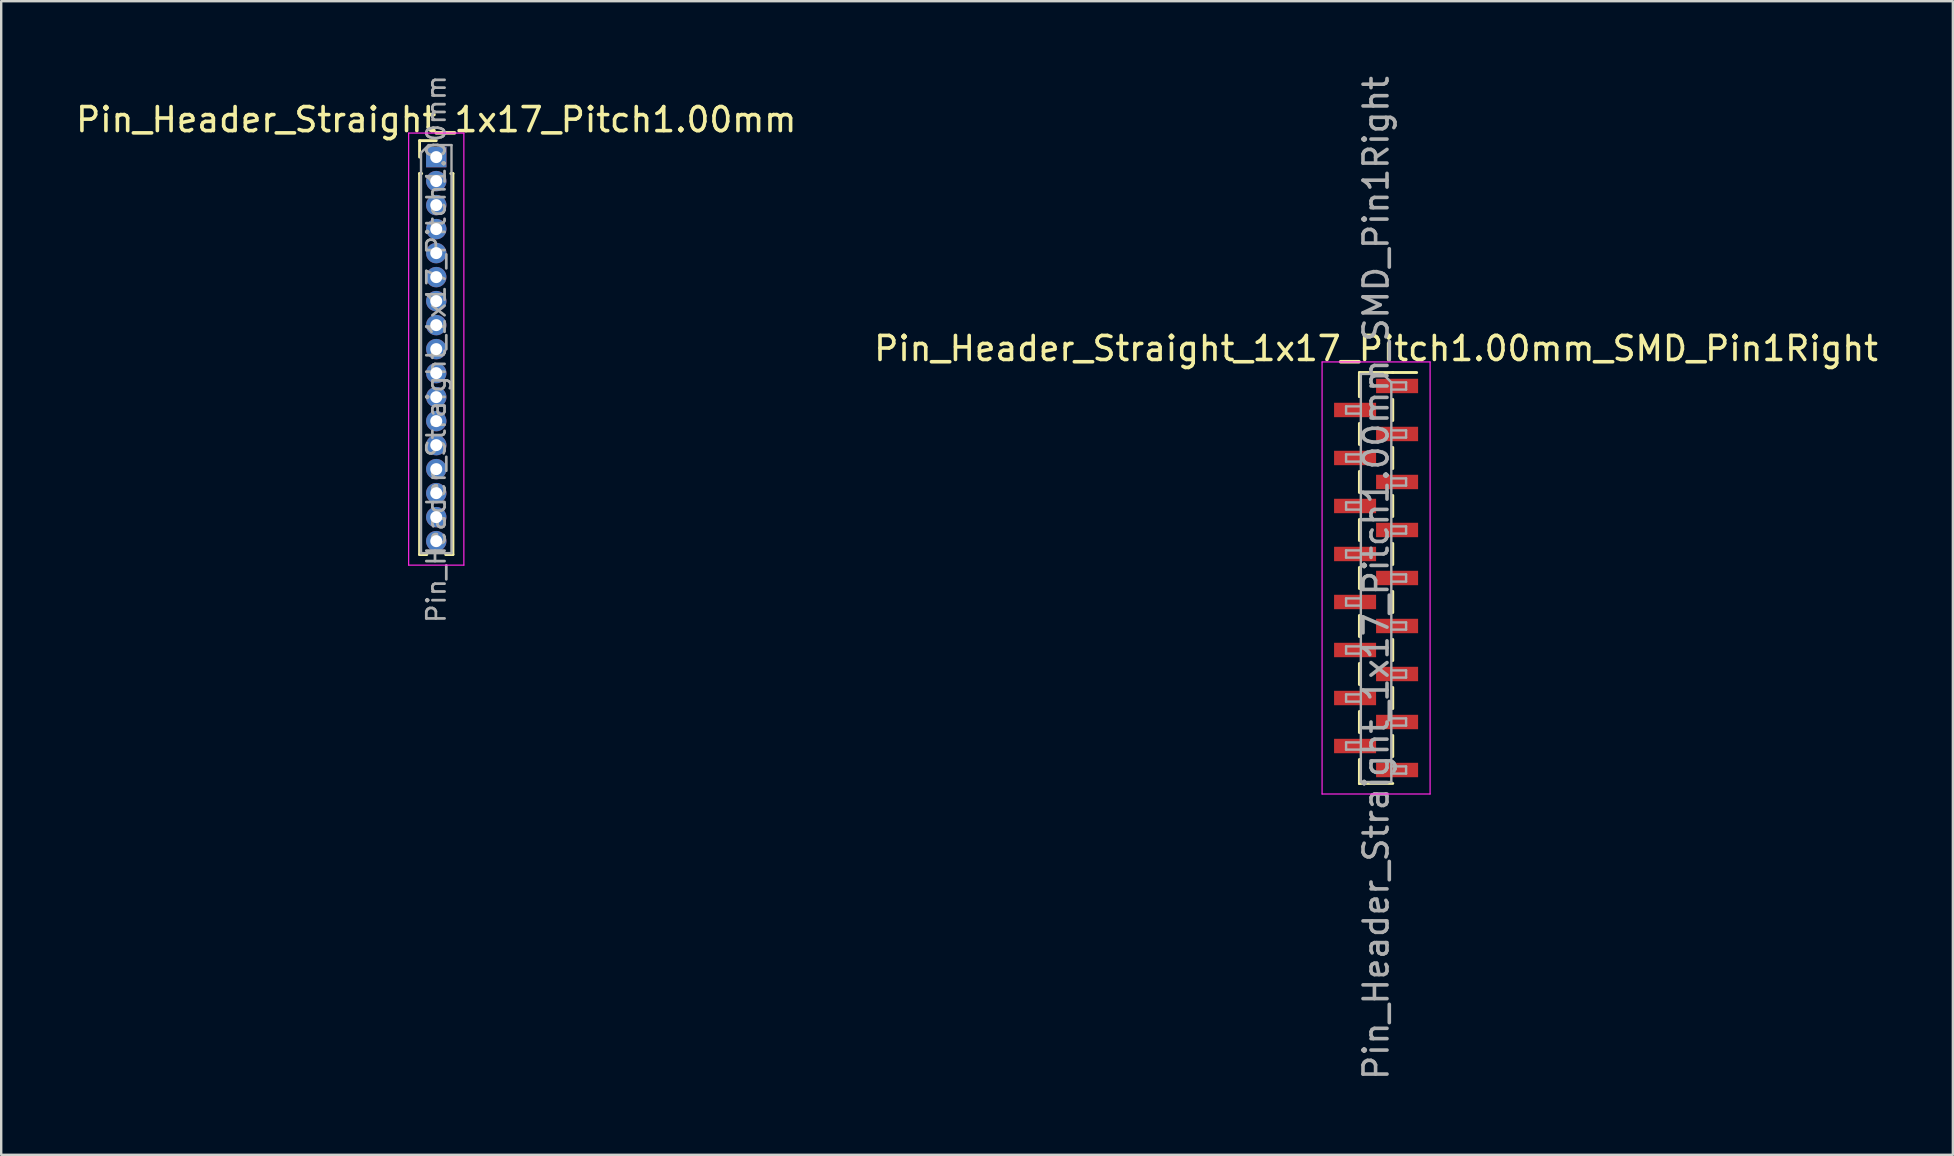
<source format=kicad_pcb>
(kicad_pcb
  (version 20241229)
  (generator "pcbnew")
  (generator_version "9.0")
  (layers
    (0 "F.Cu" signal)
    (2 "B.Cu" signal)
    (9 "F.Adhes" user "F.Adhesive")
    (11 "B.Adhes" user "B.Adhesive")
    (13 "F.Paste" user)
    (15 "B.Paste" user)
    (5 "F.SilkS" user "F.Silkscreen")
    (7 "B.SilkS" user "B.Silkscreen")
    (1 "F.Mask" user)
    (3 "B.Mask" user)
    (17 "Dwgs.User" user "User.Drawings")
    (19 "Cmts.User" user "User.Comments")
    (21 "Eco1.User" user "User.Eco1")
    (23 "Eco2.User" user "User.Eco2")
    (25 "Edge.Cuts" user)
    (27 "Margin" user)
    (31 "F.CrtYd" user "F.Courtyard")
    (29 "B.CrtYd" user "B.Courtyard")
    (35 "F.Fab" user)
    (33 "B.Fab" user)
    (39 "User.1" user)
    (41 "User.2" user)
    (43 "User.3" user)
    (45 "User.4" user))
  (footprint "Pin_Header_Straight_1x17_Pitch1.00mm"
    (layer "F.Cu")
    (at 15.125 3.495)
    (property "Reference" "Pin_Header_Straight_1x17_Pitch1.00mm" (at 0 -1.56 0) (layer "F.SilkS") (effects (font (size 1 1) (thickness 0.15))))
    (attr through_hole)
    (fp_line (start -0.695 -0.685) (end 0 -0.685) (stroke (width 0.12) (type solid)) (layer "F.SilkS"))
    (fp_line (start -0.695 0) (end -0.695 -0.685) (stroke (width 0.12) (type solid)) (layer "F.SilkS"))
    (fp_line (start -0.695 0.685) (end -0.695 16.56) (stroke (width 0.12) (type solid)) (layer "F.SilkS"))
    (fp_line (start -0.695 0.685) (end -0.608 0.685) (stroke (width 0.12) (type solid)) (layer "F.SilkS"))
    (fp_line (start -0.695 16.56) (end -0.394 16.56) (stroke (width 0.12) (type solid)) (layer "F.SilkS"))
    (fp_line (start 0.394 16.56) (end 0.695 16.56) (stroke (width 0.12) (type solid)) (layer "F.SilkS"))
    (fp_line (start 0.608 0.685) (end 0.695 0.685) (stroke (width 0.12) (type solid)) (layer "F.SilkS"))
    (fp_line (start 0.695 0.685) (end 0.695 16.56) (stroke (width 0.12) (type solid)) (layer "F.SilkS"))
    (fp_line (start -1.15 -1) (end -1.15 17) (stroke (width 0.05) (type solid)) (layer "F.CrtYd"))
    (fp_line (start -1.15 17) (end 1.15 17) (stroke (width 0.05) (type solid)) (layer "F.CrtYd"))
    (fp_line (start 1.15 -1) (end -1.15 -1) (stroke (width 0.05) (type solid)) (layer "F.CrtYd"))
    (fp_line (start 1.15 17) (end 1.15 -1) (stroke (width 0.05) (type solid)) (layer "F.CrtYd"))
    (fp_line (start -0.635 -0.182) (end -0.318 -0.5) (stroke (width 0.1) (type solid)) (layer "F.Fab"))
    (fp_line (start -0.635 16.5) (end -0.635 -0.182) (stroke (width 0.1) (type solid)) (layer "F.Fab"))
    (fp_line (start -0.318 -0.5) (end 0.635 -0.5) (stroke (width 0.1) (type solid)) (layer "F.Fab"))
    (fp_line (start 0.635 -0.5) (end 0.635 16.5) (stroke (width 0.1) (type solid)) (layer "F.Fab"))
    (fp_line (start 0.635 16.5) (end -0.635 16.5) (stroke (width 0.1) (type solid)) (layer "F.Fab"))
    (fp_text user "${REFERENCE}" (at 0 8 90) (layer "F.Fab") (effects (font (size 0.76 0.76) (thickness 0.114))))
    (pad "1" thru_hole rect (at 0 0) (size 0.85 0.85) (drill 0.5) (layers "*.Cu" "*.Mask"))
    (pad "2" thru_hole oval (at 0 1) (size 0.85 0.85) (drill 0.5) (layers "*.Cu" "*.Mask"))
    (pad "3" thru_hole oval (at 0 2) (size 0.85 0.85) (drill 0.5) (layers "*.Cu" "*.Mask"))
    (pad "4" thru_hole oval (at 0 3) (size 0.85 0.85) (drill 0.5) (layers "*.Cu" "*.Mask"))
    (pad "5" thru_hole oval (at 0 4) (size 0.85 0.85) (drill 0.5) (layers "*.Cu" "*.Mask"))
    (pad "6" thru_hole oval (at 0 5) (size 0.85 0.85) (drill 0.5) (layers "*.Cu" "*.Mask"))
    (pad "7" thru_hole oval (at 0 6) (size 0.85 0.85) (drill 0.5) (layers "*.Cu" "*.Mask"))
    (pad "8" thru_hole oval (at 0 7) (size 0.85 0.85) (drill 0.5) (layers "*.Cu" "*.Mask"))
    (pad "9" thru_hole oval (at 0 8) (size 0.85 0.85) (drill 0.5) (layers "*.Cu" "*.Mask"))
    (pad "10" thru_hole oval (at 0 9) (size 0.85 0.85) (drill 0.5) (layers "*.Cu" "*.Mask"))
    (pad "11" thru_hole oval (at 0 10) (size 0.85 0.85) (drill 0.5) (layers "*.Cu" "*.Mask"))
    (pad "12" thru_hole oval (at 0 11) (size 0.85 0.85) (drill 0.5) (layers "*.Cu" "*.Mask"))
    (pad "13" thru_hole oval (at 0 12) (size 0.85 0.85) (drill 0.5) (layers "*.Cu" "*.Mask"))
    (pad "14" thru_hole oval (at 0 13) (size 0.85 0.85) (drill 0.5) (layers "*.Cu" "*.Mask"))
    (pad "15" thru_hole oval (at 0 14) (size 0.85 0.85) (drill 0.5) (layers "*.Cu" "*.Mask"))
    (pad "16" thru_hole oval (at 0 15) (size 0.85 0.85) (drill 0.5) (layers "*.Cu" "*.Mask"))
    (pad "17" thru_hole oval (at 0 16) (size 0.85 0.85) (drill 0.5) (layers "*.Cu" "*.Mask")))
  (footprint "Pin_Header_Straight_1x17_Pitch1.00mm_SMD_Pin1Right"
    (layer "F.Cu")
    (at 54.28 21.03)
    (property "Reference" "Pin_Header_Straight_1x17_Pitch1.00mm_SMD_Pin1Right" (at 0 -9.56 0) (layer "F.SilkS") (effects (font (size 1 1) (thickness 0.15))))
    (attr smd)
    (fp_line (start -0.695 -8.56) (end -0.695 -7.56) (stroke (width 0.12) (type solid)) (layer "F.SilkS"))
    (fp_line (start -0.695 -8.56) (end 0.695 -8.56) (stroke (width 0.12) (type solid)) (layer "F.SilkS"))
    (fp_line (start -0.695 -8.44) (end -0.695 -7.56) (stroke (width 0.12) (type solid)) (layer "F.SilkS"))
    (fp_line (start -0.695 -6.44) (end -0.695 -5.56) (stroke (width 0.12) (type solid)) (layer "F.SilkS"))
    (fp_line (start -0.695 -4.44) (end -0.695 -3.56) (stroke (width 0.12) (type solid)) (layer "F.SilkS"))
    (fp_line (start -0.695 -2.44) (end -0.695 -1.56) (stroke (width 0.12) (type solid)) (layer "F.SilkS"))
    (fp_line (start -0.695 -0.44) (end -0.695 0.44) (stroke (width 0.12) (type solid)) (layer "F.SilkS"))
    (fp_line (start -0.695 1.56) (end -0.695 2.44) (stroke (width 0.12) (type solid)) (layer "F.SilkS"))
    (fp_line (start -0.695 3.56) (end -0.695 4.44) (stroke (width 0.12) (type solid)) (layer "F.SilkS"))
    (fp_line (start -0.695 5.56) (end -0.695 6.44) (stroke (width 0.12) (type solid)) (layer "F.SilkS"))
    (fp_line (start -0.695 7.56) (end -0.695 8.56) (stroke (width 0.12) (type solid)) (layer "F.SilkS"))
    (fp_line (start -0.695 8.56) (end -0.695 8.56) (stroke (width 0.12) (type solid)) (layer "F.SilkS"))
    (fp_line (start -0.695 8.56) (end 0.695 8.56) (stroke (width 0.12) (type solid)) (layer "F.SilkS"))
    (fp_line (start 0.695 -8.56) (end 0.695 -8.56) (stroke (width 0.12) (type solid)) (layer "F.SilkS"))
    (fp_line (start 0.695 -8.56) (end 1.69 -8.56) (stroke (width 0.12) (type solid)) (layer "F.SilkS"))
    (fp_line (start 0.695 -7.44) (end 0.695 -6.56) (stroke (width 0.12) (type solid)) (layer "F.SilkS"))
    (fp_line (start 0.695 -5.44) (end 0.695 -4.56) (stroke (width 0.12) (type solid)) (layer "F.SilkS"))
    (fp_line (start 0.695 -3.44) (end 0.695 -2.56) (stroke (width 0.12) (type solid)) (layer "F.SilkS"))
    (fp_line (start 0.695 -1.44) (end 0.695 -0.56) (stroke (width 0.12) (type solid)) (layer "F.SilkS"))
    (fp_line (start 0.695 0.56) (end 0.695 1.44) (stroke (width 0.12) (type solid)) (layer "F.SilkS"))
    (fp_line (start 0.695 2.56) (end 0.695 3.44) (stroke (width 0.12) (type solid)) (layer "F.SilkS"))
    (fp_line (start 0.695 4.56) (end 0.695 5.44) (stroke (width 0.12) (type solid)) (layer "F.SilkS"))
    (fp_line (start 0.695 6.56) (end 0.695 7.44) (stroke (width 0.12) (type solid)) (layer "F.SilkS"))
    (fp_line (start -2.25 -9) (end -2.25 9) (stroke (width 0.05) (type solid)) (layer "F.CrtYd"))
    (fp_line (start -2.25 9) (end 2.25 9) (stroke (width 0.05) (type solid)) (layer "F.CrtYd"))
    (fp_line (start 2.25 -9) (end -2.25 -9) (stroke (width 0.05) (type solid)) (layer "F.CrtYd"))
    (fp_line (start 2.25 9) (end 2.25 -9) (stroke (width 0.05) (type solid)) (layer "F.CrtYd"))
    (fp_line (start -1.25 -7.15) (end -1.25 -6.85) (stroke (width 0.1) (type solid)) (layer "F.Fab"))
    (fp_line (start -1.25 -6.85) (end -0.635 -6.85) (stroke (width 0.1) (type solid)) (layer "F.Fab"))
    (fp_line (start -1.25 -5.15) (end -1.25 -4.85) (stroke (width 0.1) (type solid)) (layer "F.Fab"))
    (fp_line (start -1.25 -4.85) (end -0.635 -4.85) (stroke (width 0.1) (type solid)) (layer "F.Fab"))
    (fp_line (start -1.25 -3.15) (end -1.25 -2.85) (stroke (width 0.1) (type solid)) (layer "F.Fab"))
    (fp_line (start -1.25 -2.85) (end -0.635 -2.85) (stroke (width 0.1) (type solid)) (layer "F.Fab"))
    (fp_line (start -1.25 -1.15) (end -1.25 -0.85) (stroke (width 0.1) (type solid)) (layer "F.Fab"))
    (fp_line (start -1.25 -0.85) (end -0.635 -0.85) (stroke (width 0.1) (type solid)) (layer "F.Fab"))
    (fp_line (start -1.25 0.85) (end -1.25 1.15) (stroke (width 0.1) (type solid)) (layer "F.Fab"))
    (fp_line (start -1.25 1.15) (end -0.635 1.15) (stroke (width 0.1) (type solid)) (layer "F.Fab"))
    (fp_line (start -1.25 2.85) (end -1.25 3.15) (stroke (width 0.1) (type solid)) (layer "F.Fab"))
    (fp_line (start -1.25 3.15) (end -0.635 3.15) (stroke (width 0.1) (type solid)) (layer "F.Fab"))
    (fp_line (start -1.25 4.85) (end -1.25 5.15) (stroke (width 0.1) (type solid)) (layer "F.Fab"))
    (fp_line (start -1.25 5.15) (end -0.635 5.15) (stroke (width 0.1) (type solid)) (layer "F.Fab"))
    (fp_line (start -1.25 6.85) (end -1.25 7.15) (stroke (width 0.1) (type solid)) (layer "F.Fab"))
    (fp_line (start -1.25 7.15) (end -0.635 7.15) (stroke (width 0.1) (type solid)) (layer "F.Fab"))
    (fp_line (start -0.635 -8.5) (end -0.635 8.5) (stroke (width 0.1) (type solid)) (layer "F.Fab"))
    (fp_line (start -0.635 -8.5) (end 0.285 -8.5) (stroke (width 0.1) (type solid)) (layer "F.Fab"))
    (fp_line (start -0.635 -7.15) (end -1.25 -7.15) (stroke (width 0.1) (type solid)) (layer "F.Fab"))
    (fp_line (start -0.635 -5.15) (end -1.25 -5.15) (stroke (width 0.1) (type solid)) (layer "F.Fab"))
    (fp_line (start -0.635 -3.15) (end -1.25 -3.15) (stroke (width 0.1) (type solid)) (layer "F.Fab"))
    (fp_line (start -0.635 -1.15) (end -1.25 -1.15) (stroke (width 0.1) (type solid)) (layer "F.Fab"))
    (fp_line (start -0.635 0.85) (end -1.25 0.85) (stroke (width 0.1) (type solid)) (layer "F.Fab"))
    (fp_line (start -0.635 2.85) (end -1.25 2.85) (stroke (width 0.1) (type solid)) (layer "F.Fab"))
    (fp_line (start -0.635 4.85) (end -1.25 4.85) (stroke (width 0.1) (type solid)) (layer "F.Fab"))
    (fp_line (start -0.635 6.85) (end -1.25 6.85) (stroke (width 0.1) (type solid)) (layer "F.Fab"))
    (fp_line (start 0.635 -8.15) (end 0.285 -8.5) (stroke (width 0.1) (type solid)) (layer "F.Fab"))
    (fp_line (start 0.635 -8.15) (end 1.25 -8.15) (stroke (width 0.1) (type solid)) (layer "F.Fab"))
    (fp_line (start 0.635 -6.15) (end 1.25 -6.15) (stroke (width 0.1) (type solid)) (layer "F.Fab"))
    (fp_line (start 0.635 -4.15) (end 1.25 -4.15) (stroke (width 0.1) (type solid)) (layer "F.Fab"))
    (fp_line (start 0.635 -2.15) (end 1.25 -2.15) (stroke (width 0.1) (type solid)) (layer "F.Fab"))
    (fp_line (start 0.635 -0.15) (end 1.25 -0.15) (stroke (width 0.1) (type solid)) (layer "F.Fab"))
    (fp_line (start 0.635 1.85) (end 1.25 1.85) (stroke (width 0.1) (type solid)) (layer "F.Fab"))
    (fp_line (start 0.635 3.85) (end 1.25 3.85) (stroke (width 0.1) (type solid)) (layer "F.Fab"))
    (fp_line (start 0.635 5.85) (end 1.25 5.85) (stroke (width 0.1) (type solid)) (layer "F.Fab"))
    (fp_line (start 0.635 7.85) (end 1.25 7.85) (stroke (width 0.1) (type solid)) (layer "F.Fab"))
    (fp_line (start 0.635 8.5) (end -0.635 8.5) (stroke (width 0.1) (type solid)) (layer "F.Fab"))
    (fp_line (start 0.635 8.5) (end 0.635 -8.15) (stroke (width 0.1) (type solid)) (layer "F.Fab"))
    (fp_line (start 1.25 -8.15) (end 1.25 -7.85) (stroke (width 0.1) (type solid)) (layer "F.Fab"))
    (fp_line (start 1.25 -7.85) (end 0.635 -7.85) (stroke (width 0.1) (type solid)) (layer "F.Fab"))
    (fp_line (start 1.25 -6.15) (end 1.25 -5.85) (stroke (width 0.1) (type solid)) (layer "F.Fab"))
    (fp_line (start 1.25 -5.85) (end 0.635 -5.85) (stroke (width 0.1) (type solid)) (layer "F.Fab"))
    (fp_line (start 1.25 -4.15) (end 1.25 -3.85) (stroke (width 0.1) (type solid)) (layer "F.Fab"))
    (fp_line (start 1.25 -3.85) (end 0.635 -3.85) (stroke (width 0.1) (type solid)) (layer "F.Fab"))
    (fp_line (start 1.25 -2.15) (end 1.25 -1.85) (stroke (width 0.1) (type solid)) (layer "F.Fab"))
    (fp_line (start 1.25 -1.85) (end 0.635 -1.85) (stroke (width 0.1) (type solid)) (layer "F.Fab"))
    (fp_line (start 1.25 -0.15) (end 1.25 0.15) (stroke (width 0.1) (type solid)) (layer "F.Fab"))
    (fp_line (start 1.25 0.15) (end 0.635 0.15) (stroke (width 0.1) (type solid)) (layer "F.Fab"))
    (fp_line (start 1.25 1.85) (end 1.25 2.15) (stroke (width 0.1) (type solid)) (layer "F.Fab"))
    (fp_line (start 1.25 2.15) (end 0.635 2.15) (stroke (width 0.1) (type solid)) (layer "F.Fab"))
    (fp_line (start 1.25 3.85) (end 1.25 4.15) (stroke (width 0.1) (type solid)) (layer "F.Fab"))
    (fp_line (start 1.25 4.15) (end 0.635 4.15) (stroke (width 0.1) (type solid)) (layer "F.Fab"))
    (fp_line (start 1.25 5.85) (end 1.25 6.15) (stroke (width 0.1) (type solid)) (layer "F.Fab"))
    (fp_line (start 1.25 6.15) (end 0.635 6.15) (stroke (width 0.1) (type solid)) (layer "F.Fab"))
    (fp_line (start 1.25 7.85) (end 1.25 8.15) (stroke (width 0.1) (type solid)) (layer "F.Fab"))
    (fp_line (start 1.25 8.15) (end 0.635 8.15) (stroke (width 0.1) (type solid)) (layer "F.Fab"))
    (fp_text user "${REFERENCE}" (at 0 0 90) (layer "F.Fab") (effects (font (size 1 1) (thickness 0.15))))
    (pad "1" smd rect (at 0.875 -8) (size 1.75 0.6) (layers "F.Cu" "F.Mask" "F.Paste"))
    (pad "2" smd rect (at -0.875 -7) (size 1.75 0.6) (layers "F.Cu" "F.Mask" "F.Paste"))
    (pad "3" smd rect (at 0.875 -6) (size 1.75 0.6) (layers "F.Cu" "F.Mask" "F.Paste"))
    (pad "4" smd rect (at -0.875 -5) (size 1.75 0.6) (layers "F.Cu" "F.Mask" "F.Paste"))
    (pad "5" smd rect (at 0.875 -4) (size 1.75 0.6) (layers "F.Cu" "F.Mask" "F.Paste"))
    (pad "6" smd rect (at -0.875 -3) (size 1.75 0.6) (layers "F.Cu" "F.Mask" "F.Paste"))
    (pad "7" smd rect (at 0.875 -2) (size 1.75 0.6) (layers "F.Cu" "F.Mask" "F.Paste"))
    (pad "8" smd rect (at -0.875 -1) (size 1.75 0.6) (layers "F.Cu" "F.Mask" "F.Paste"))
    (pad "9" smd rect (at 0.875 0) (size 1.75 0.6) (layers "F.Cu" "F.Mask" "F.Paste"))
    (pad "10" smd rect (at -0.875 1) (size 1.75 0.6) (layers "F.Cu" "F.Mask" "F.Paste"))
    (pad "11" smd rect (at 0.875 2) (size 1.75 0.6) (layers "F.Cu" "F.Mask" "F.Paste"))
    (pad "12" smd rect (at -0.875 3) (size 1.75 0.6) (layers "F.Cu" "F.Mask" "F.Paste"))
    (pad "13" smd rect (at 0.875 4) (size 1.75 0.6) (layers "F.Cu" "F.Mask" "F.Paste"))
    (pad "14" smd rect (at -0.875 5) (size 1.75 0.6) (layers "F.Cu" "F.Mask" "F.Paste"))
    (pad "15" smd rect (at 0.875 6) (size 1.75 0.6) (layers "F.Cu" "F.Mask" "F.Paste"))
    (pad "16" smd rect (at -0.875 7) (size 1.75 0.6) (layers "F.Cu" "F.Mask" "F.Paste"))
    (pad "17" smd rect (at 0.875 8) (size 1.75 0.6) (layers "F.Cu" "F.Mask" "F.Paste")))
  (gr_rect
    (start -3 -3)
    (end 78.31 45.06)
    (stroke (width 0.1) (type default))
    (fill no)
    (layer "Edge.Cuts")))
</source>
